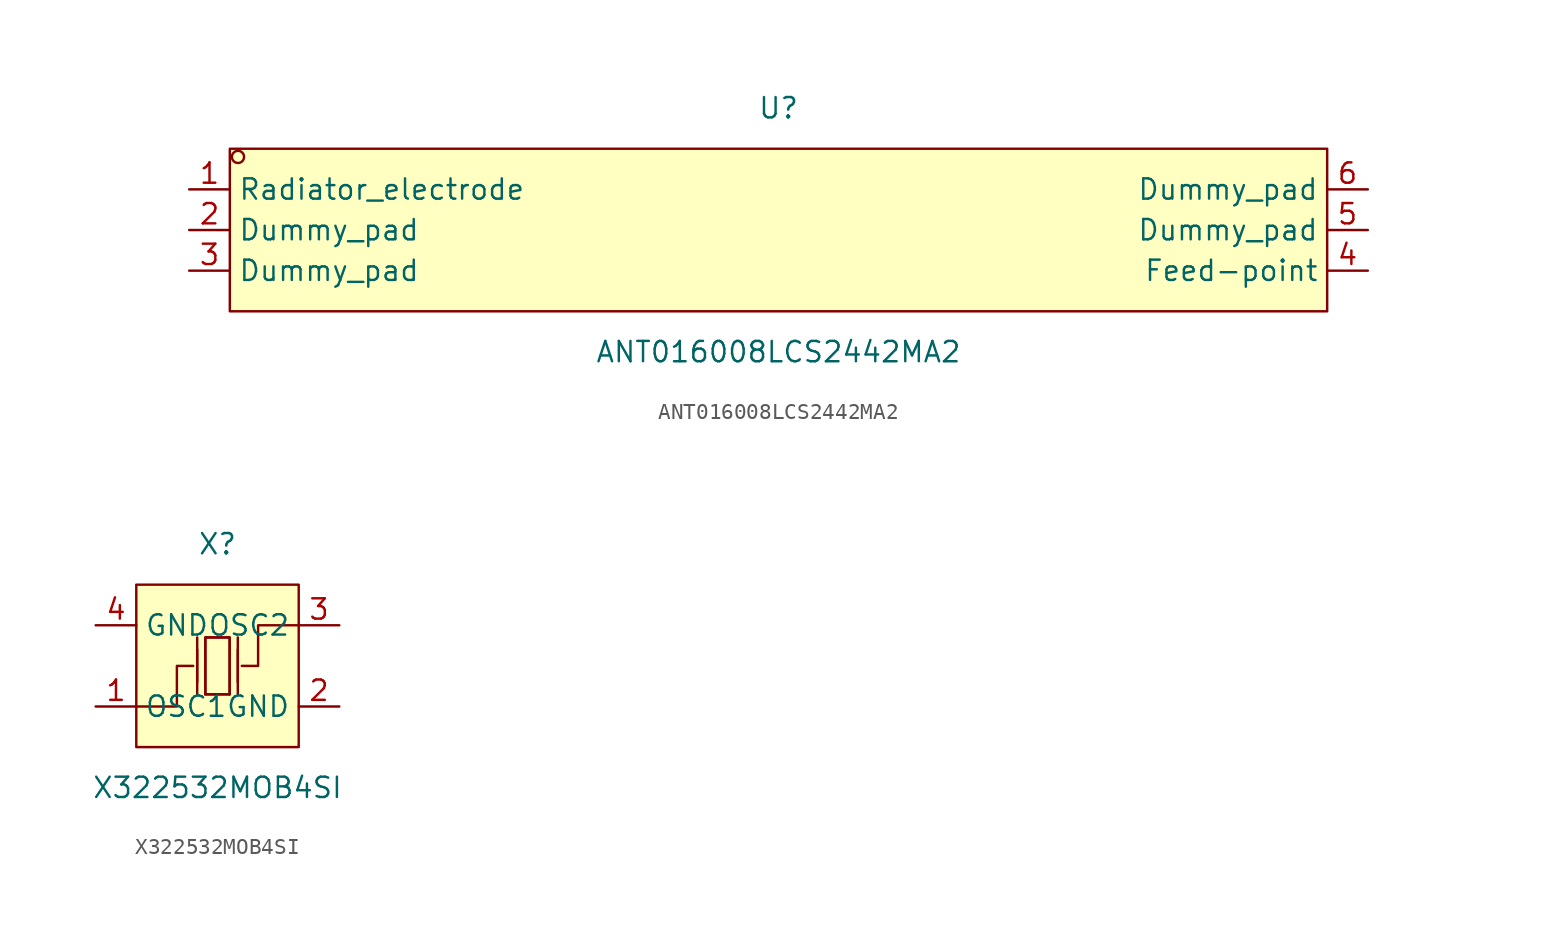
<source format=kicad_sym>
(kicad_symbol_lib
  (version 20211014)
  (generator https://github.com/uPesy/easyeda2kicad.py)
  (symbol "ANT016008LCS2442MA2"
    (property "Reference" "U"
      (at 0 7.62 0)
      (effects (font (size 1.27 1.27))))
    (property "Value" "ANT016008LCS2442MA2"
      (at 0 -7.62 0)
      (effects (font (size 1.27 1.27))))
    (symbol "ANT016008LCS2442MA2_0_1"
      (rectangle (start -34.29 5.08) (end 34.29 -5.08) (stroke (width 0) (type default) (color 0 0 0 0)) (fill (type background)))
      (circle (center -33.78 4.57) (radius 0.38) (stroke (width 0) (type default) (color 0 0 0 0)) (fill (type none)))
      (pin unspecified line (at -36.83 2.54 0) (length 2.54) (name "Radiator_electrode" (effects (font (size 1.27 1.27)))) (number "1" (effects (font (size 1.27 1.27)))))
      (pin unspecified line (at -36.83 -0.00 0) (length 2.54) (name "Dummy_pad" (effects (font (size 1.27 1.27)))) (number "2" (effects (font (size 1.27 1.27)))))
      (pin unspecified line (at -36.83 -2.54 0) (length 2.54) (name "Dummy_pad" (effects (font (size 1.27 1.27)))) (number "3" (effects (font (size 1.27 1.27)))))
      (pin unspecified line (at 36.83 -2.54 180) (length 2.54) (name "Feed-point" (effects (font (size 1.27 1.27)))) (number "4" (effects (font (size 1.27 1.27)))))
      (pin unspecified line (at 36.83 -0.00 180) (length 2.54) (name "Dummy_pad" (effects (font (size 1.27 1.27)))) (number "5" (effects (font (size 1.27 1.27)))))
      (pin unspecified line (at 36.83 2.54 180) (length 2.54) (name "Dummy_pad" (effects (font (size 1.27 1.27)))) (number "6" (effects (font (size 1.27 1.27)))))))
  (symbol "X322532MOB4SI"
    (property "Reference" "X"
      (at 0 7.62 0)
      (effects (font (size 1.27 1.27))))
    (property "Value" "X322532MOB4SI"
      (at 0 -7.62 0)
      (effects (font (size 1.27 1.27))))
    (symbol "X322532MOB4SI_0_1"
      (rectangle (start -5.08 5.08) (end 5.08 -5.08) (stroke (width 0) (type default) (color 0 0 0 0)) (fill (type background)))
      (polyline (pts (xy -1.27 -1.02) (xy -1.27 1.02)) (stroke (width 0) (type default) (color 0 0 0 0)) (fill (type none)))
      (polyline (pts (xy 0.76 -1.78) (xy -0.76 -1.78)) (stroke (width 0) (type default) (color 0 0 0 0)) (fill (type none)))
      (polyline (pts (xy 1.27 -1.02) (xy 1.27 1.02)) (stroke (width 0) (type default) (color 0 0 0 0)) (fill (type none)))
      (polyline (pts (xy -0.76 -1.78) (xy -0.76 1.78) (xy 0.76 1.78) (xy 0.76 -1.78)) (stroke (width 0) (type default) (color 0 0 0 0)) (fill (type none)))
      (polyline (pts (xy 5.08 2.54) (xy 2.54 2.54) (xy 2.54 -0.00) (xy 1.52 -0.00)) (stroke (width 0) (type default) (color 0 0 0 0)) (fill (type none)))
      (polyline (pts (xy -5.08 -2.54) (xy -2.54 -2.54) (xy -2.54 -0.00) (xy -1.52 -0.00)) (stroke (width 0) (type default) (color 0 0 0 0)) (fill (type none)))
      (polyline (pts (xy 1.27 -1.78) (xy 1.27 1.78)) (stroke (width 0) (type default) (color 0 0 0 0)) (fill (type none)))
      (polyline (pts (xy -1.27 -1.78) (xy -1.27 1.78)) (stroke (width 0) (type default) (color 0 0 0 0)) (fill (type none)))
      (polyline (pts (xy 0.76 1.78) (xy 0.76 -1.78) (xy -0.76 -1.78) (xy -0.76 1.78) (xy 0.76 1.78)) (stroke (width 0) (type default) (color 0 0 0 0)) (fill (type background)))
      (pin unspecified line (at -7.62 2.54 0) (length 2.54) (name "GND" (effects (font (size 1.27 1.27)))) (number "4" (effects (font (size 1.27 1.27)))))
      (pin unspecified line (at 7.62 -2.54 180) (length 2.54) (name "GND" (effects (font (size 1.27 1.27)))) (number "2" (effects (font (size 1.27 1.27)))))
      (pin unspecified line (at -7.62 -2.54 0) (length 2.54) (name "OSC1" (effects (font (size 1.27 1.27)))) (number "1" (effects (font (size 1.27 1.27)))))
      (pin unspecified line (at 7.62 2.54 180) (length 2.54) (name "OSC2" (effects (font (size 1.27 1.27)))) (number "3" (effects (font (size 1.27 1.27))))))))
</source>
